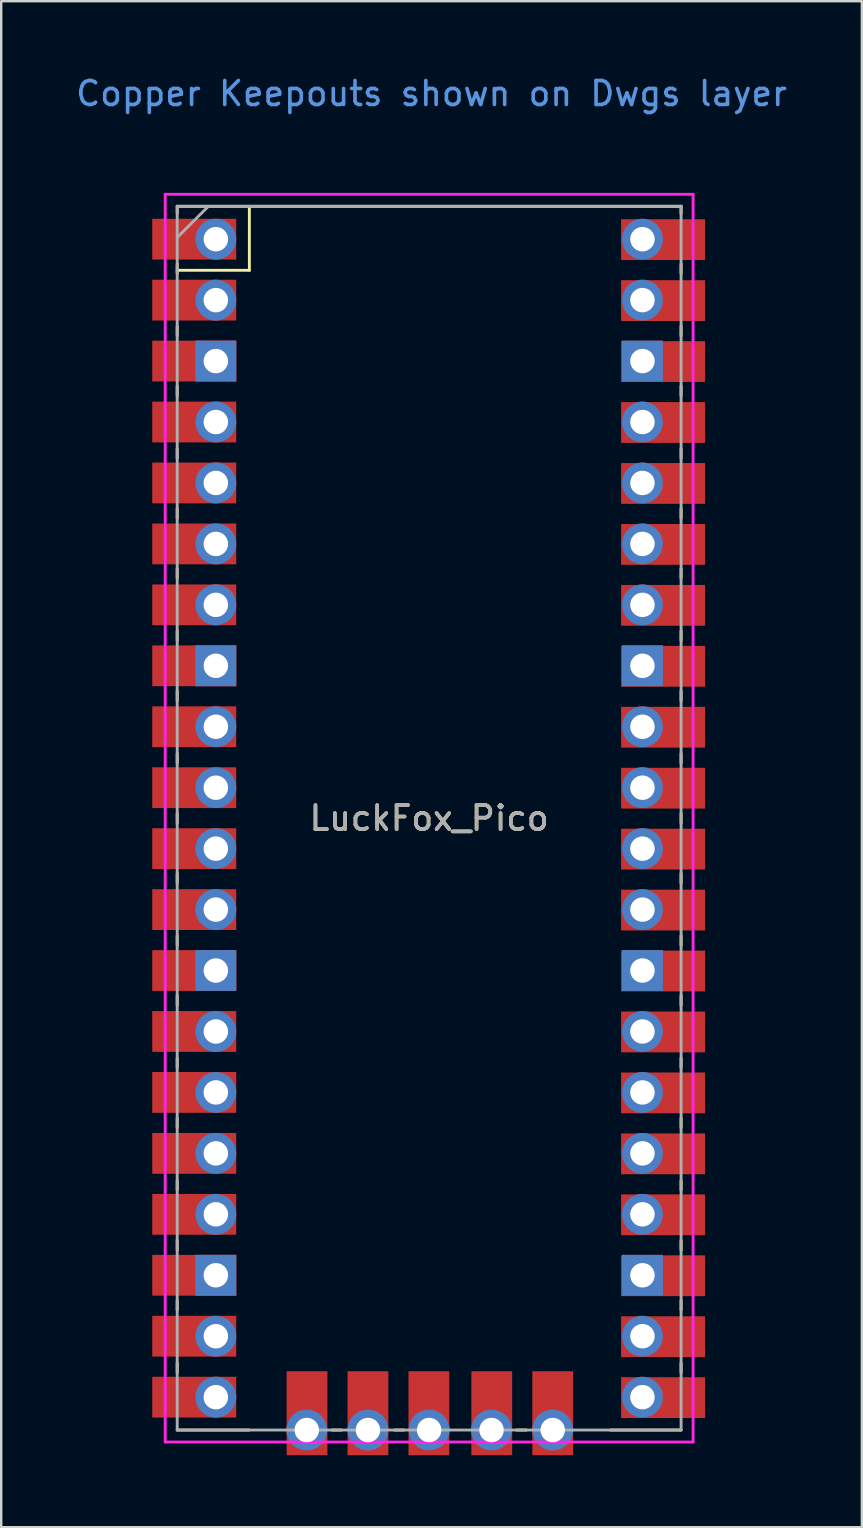
<source format=kicad_pcb>
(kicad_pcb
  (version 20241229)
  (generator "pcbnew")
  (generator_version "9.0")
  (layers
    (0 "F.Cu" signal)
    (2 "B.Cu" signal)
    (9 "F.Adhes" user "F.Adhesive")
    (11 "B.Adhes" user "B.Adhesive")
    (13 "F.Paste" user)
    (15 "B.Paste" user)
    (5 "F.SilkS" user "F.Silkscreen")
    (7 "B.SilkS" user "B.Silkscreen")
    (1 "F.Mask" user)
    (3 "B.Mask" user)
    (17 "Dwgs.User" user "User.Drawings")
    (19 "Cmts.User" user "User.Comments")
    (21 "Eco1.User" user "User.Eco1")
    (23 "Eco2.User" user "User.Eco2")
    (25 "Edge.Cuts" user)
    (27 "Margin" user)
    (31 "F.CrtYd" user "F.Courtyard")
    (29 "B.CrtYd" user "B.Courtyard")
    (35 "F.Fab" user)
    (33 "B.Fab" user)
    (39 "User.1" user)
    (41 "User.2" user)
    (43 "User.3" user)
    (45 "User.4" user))
  (footprint "LuckFox_Pico"
    (layer "F.Cu")
    (at 14.835 31.048)
    (property "Reference" "LuckFox_Pico" (at 0 0 0) (layer "F.SilkS") (effects (font (size 1 1) (thickness 0.15))))
    (attr through_hole)
    (fp_line (start -10.5 -25.5) (end -10.5 -25.2) (stroke (width 0.12) (type solid)) (layer "F.SilkS"))
    (fp_line (start -10.5 -25.5) (end 10.5 -25.5) (stroke (width 0.12) (type solid)) (layer "F.SilkS"))
    (fp_line (start -10.5 -23.1) (end -10.5 -22.7) (stroke (width 0.12) (type solid)) (layer "F.SilkS"))
    (fp_line (start -10.5 -22.833) (end -7.493 -22.833) (stroke (width 0.12) (type solid)) (layer "F.SilkS"))
    (fp_line (start -10.5 -20.5) (end -10.5 -20.1) (stroke (width 0.12) (type solid)) (layer "F.SilkS"))
    (fp_line (start -10.5 -18) (end -10.5 -17.6) (stroke (width 0.12) (type solid)) (layer "F.SilkS"))
    (fp_line (start -10.5 -15.4) (end -10.5 -15) (stroke (width 0.12) (type solid)) (layer "F.SilkS"))
    (fp_line (start -10.5 -12.9) (end -10.5 -12.5) (stroke (width 0.12) (type solid)) (layer "F.SilkS"))
    (fp_line (start -10.5 -10.4) (end -10.5 -10) (stroke (width 0.12) (type solid)) (layer "F.SilkS"))
    (fp_line (start -10.5 -7.8) (end -10.5 -7.4) (stroke (width 0.12) (type solid)) (layer "F.SilkS"))
    (fp_line (start -10.5 -5.3) (end -10.5 -4.9) (stroke (width 0.12) (type solid)) (layer "F.SilkS"))
    (fp_line (start -10.5 -2.7) (end -10.5 -2.3) (stroke (width 0.12) (type solid)) (layer "F.SilkS"))
    (fp_line (start -10.5 -0.2) (end -10.5 0.2) (stroke (width 0.12) (type solid)) (layer "F.SilkS"))
    (fp_line (start -10.5 2.3) (end -10.5 2.7) (stroke (width 0.12) (type solid)) (layer "F.SilkS"))
    (fp_line (start -10.5 4.9) (end -10.5 5.3) (stroke (width 0.12) (type solid)) (layer "F.SilkS"))
    (fp_line (start -10.5 7.4) (end -10.5 7.8) (stroke (width 0.12) (type solid)) (layer "F.SilkS"))
    (fp_line (start -10.5 10) (end -10.5 10.4) (stroke (width 0.12) (type solid)) (layer "F.SilkS"))
    (fp_line (start -10.5 12.5) (end -10.5 12.9) (stroke (width 0.12) (type solid)) (layer "F.SilkS"))
    (fp_line (start -10.5 15.1) (end -10.5 15.5) (stroke (width 0.12) (type solid)) (layer "F.SilkS"))
    (fp_line (start -10.5 17.6) (end -10.5 18) (stroke (width 0.12) (type solid)) (layer "F.SilkS"))
    (fp_line (start -10.5 20.1) (end -10.5 20.5) (stroke (width 0.12) (type solid)) (layer "F.SilkS"))
    (fp_line (start -10.5 22.7) (end -10.5 23.1) (stroke (width 0.12) (type solid)) (layer "F.SilkS"))
    (fp_line (start -7.5 25.5) (end -10.5 25.5) (stroke (width 0.12) (type solid)) (layer "F.SilkS"))
    (fp_line (start -7.493 -22.833) (end -7.493 -25.5) (stroke (width 0.12) (type solid)) (layer "F.SilkS"))
    (fp_line (start -4.05 25.5) (end -3.65 25.5) (stroke (width 0.12) (type solid)) (layer "F.SilkS"))
    (fp_line (start -1.45 25.5) (end -1.05 25.5) (stroke (width 0.12) (type solid)) (layer "F.SilkS"))
    (fp_line (start 3.65 25.5) (end 4.05 25.5) (stroke (width 0.12) (type solid)) (layer "F.SilkS"))
    (fp_line (start 10.5 -25.5) (end 10.5 -25.2) (stroke (width 0.12) (type solid)) (layer "F.SilkS"))
    (fp_line (start 10.5 -23.1) (end 10.5 -22.7) (stroke (width 0.12) (type solid)) (layer "F.SilkS"))
    (fp_line (start 10.5 -20.5) (end 10.5 -20.1) (stroke (width 0.12) (type solid)) (layer "F.SilkS"))
    (fp_line (start 10.5 -18) (end 10.5 -17.6) (stroke (width 0.12) (type solid)) (layer "F.SilkS"))
    (fp_line (start 10.5 -15.4) (end 10.5 -15) (stroke (width 0.12) (type solid)) (layer "F.SilkS"))
    (fp_line (start 10.5 -12.9) (end 10.5 -12.5) (stroke (width 0.12) (type solid)) (layer "F.SilkS"))
    (fp_line (start 10.5 -10.4) (end 10.5 -10) (stroke (width 0.12) (type solid)) (layer "F.SilkS"))
    (fp_line (start 10.5 -7.8) (end 10.5 -7.4) (stroke (width 0.12) (type solid)) (layer "F.SilkS"))
    (fp_line (start 10.5 -5.3) (end 10.5 -4.9) (stroke (width 0.12) (type solid)) (layer "F.SilkS"))
    (fp_line (start 10.5 -2.7) (end 10.5 -2.3) (stroke (width 0.12) (type solid)) (layer "F.SilkS"))
    (fp_line (start 10.5 -0.2) (end 10.5 0.2) (stroke (width 0.12) (type solid)) (layer "F.SilkS"))
    (fp_line (start 10.5 2.3) (end 10.5 2.7) (stroke (width 0.12) (type solid)) (layer "F.SilkS"))
    (fp_line (start 10.5 4.9) (end 10.5 5.3) (stroke (width 0.12) (type solid)) (layer "F.SilkS"))
    (fp_line (start 10.5 7.4) (end 10.5 7.8) (stroke (width 0.12) (type solid)) (layer "F.SilkS"))
    (fp_line (start 10.5 10) (end 10.5 10.4) (stroke (width 0.12) (type solid)) (layer "F.SilkS"))
    (fp_line (start 10.5 12.5) (end 10.5 12.9) (stroke (width 0.12) (type solid)) (layer "F.SilkS"))
    (fp_line (start 10.5 15.1) (end 10.5 15.5) (stroke (width 0.12) (type solid)) (layer "F.SilkS"))
    (fp_line (start 10.5 17.6) (end 10.5 18) (stroke (width 0.12) (type solid)) (layer "F.SilkS"))
    (fp_line (start 10.5 20.1) (end 10.5 20.5) (stroke (width 0.12) (type solid)) (layer "F.SilkS"))
    (fp_line (start 10.5 22.7) (end 10.5 23.1) (stroke (width 0.12) (type solid)) (layer "F.SilkS"))
    (fp_line (start 10.5 25.5) (end 7.55 25.5) (stroke (width 0.12) (type solid)) (layer "F.SilkS"))
    (fp_line (start -11 -26) (end 11 -26) (stroke (width 0.12) (type solid)) (layer "F.CrtYd"))
    (fp_line (start -11 26) (end -11 -26) (stroke (width 0.12) (type solid)) (layer "F.CrtYd"))
    (fp_line (start 11 -26) (end 11 26) (stroke (width 0.12) (type solid)) (layer "F.CrtYd"))
    (fp_line (start 11 26) (end -11 26) (stroke (width 0.12) (type solid)) (layer "F.CrtYd"))
    (fp_line (start -10.5 -25.5) (end 10.5 -25.5) (stroke (width 0.12) (type solid)) (layer "F.Fab"))
    (fp_line (start -10.5 -24.2) (end -9.2 -25.5) (stroke (width 0.12) (type solid)) (layer "F.Fab"))
    (fp_line (start -10.5 25.5) (end -10.5 -25.5) (stroke (width 0.12) (type solid)) (layer "F.Fab"))
    (fp_line (start 10.5 -25.5) (end 10.5 25.5) (stroke (width 0.12) (type solid)) (layer "F.Fab"))
    (fp_line (start 10.5 25.5) (end -10.5 25.5) (stroke (width 0.12) (type solid)) (layer "F.Fab"))
    (fp_text user "Copper Keepouts shown on Dwgs layer" (at 0.1 -30.2 0) (layer "Cmts.User") (effects (font (size 1 1) (thickness 0.15))))
    (fp_text user "${REFERENCE}" (at 0 0 180) (layer "F.Fab") (effects (font (size 1 1) (thickness 0.15))))
    (pad "1" thru_hole oval (at -8.89 -24.13) (size 1.7 1.7) (drill 1.02) (layers "*.Cu" "*.Mask"))
    (pad "1" smd rect (at -8.89 -24.13) (size 3.5 1.7) (drill (offset -0.9 0)) (layers "F.Cu" "F.Mask"))
    (pad "2" thru_hole oval (at -8.89 -21.59) (size 1.7 1.7) (drill 1.02) (layers "*.Cu" "*.Mask"))
    (pad "2" smd rect (at -8.89 -21.59) (size 3.5 1.7) (drill (offset -0.9 0)) (layers "F.Cu" "F.Mask"))
    (pad "3" thru_hole rect (at -8.89 -19.05) (size 1.7 1.7) (drill 1.02) (layers "*.Cu" "*.Mask"))
    (pad "3" smd rect (at -8.89 -19.05) (size 3.5 1.7) (drill (offset -0.9 0)) (layers "F.Cu" "F.Mask"))
    (pad "4" thru_hole oval (at -8.89 -16.51) (size 1.7 1.7) (drill 1.02) (layers "*.Cu" "*.Mask"))
    (pad "4" smd rect (at -8.89 -16.51) (size 3.5 1.7) (drill (offset -0.9 0)) (layers "F.Cu" "F.Mask"))
    (pad "5" thru_hole oval (at -8.89 -13.97) (size 1.7 1.7) (drill 1.02) (layers "*.Cu" "*.Mask"))
    (pad "5" smd rect (at -8.89 -13.97) (size 3.5 1.7) (drill (offset -0.9 0)) (layers "F.Cu" "F.Mask"))
    (pad "6" thru_hole oval (at -8.89 -11.43) (size 1.7 1.7) (drill 1.02) (layers "*.Cu" "*.Mask"))
    (pad "6" smd rect (at -8.89 -11.43) (size 3.5 1.7) (drill (offset -0.9 0)) (layers "F.Cu" "F.Mask"))
    (pad "7" thru_hole oval (at -8.89 -8.89) (size 1.7 1.7) (drill 1.02) (layers "*.Cu" "*.Mask"))
    (pad "7" smd rect (at -8.89 -8.89) (size 3.5 1.7) (drill (offset -0.9 0)) (layers "F.Cu" "F.Mask"))
    (pad "8" thru_hole rect (at -8.89 -6.35) (size 1.7 1.7) (drill 1.02) (layers "*.Cu" "*.Mask"))
    (pad "8" smd rect (at -8.89 -6.35) (size 3.5 1.7) (drill (offset -0.9 0)) (layers "F.Cu" "F.Mask"))
    (pad "9" thru_hole oval (at -8.89 -3.81) (size 1.7 1.7) (drill 1.02) (layers "*.Cu" "*.Mask"))
    (pad "9" smd rect (at -8.89 -3.81) (size 3.5 1.7) (drill (offset -0.9 0)) (layers "F.Cu" "F.Mask"))
    (pad "10" thru_hole oval (at -8.89 -1.27) (size 1.7 1.7) (drill 1.02) (layers "*.Cu" "*.Mask"))
    (pad "10" smd rect (at -8.89 -1.27) (size 3.5 1.7) (drill (offset -0.9 0)) (layers "F.Cu" "F.Mask"))
    (pad "11" thru_hole oval (at -8.89 1.27) (size 1.7 1.7) (drill 1.02) (layers "*.Cu" "*.Mask"))
    (pad "11" smd rect (at -8.89 1.27) (size 3.5 1.7) (drill (offset -0.9 0)) (layers "F.Cu" "F.Mask"))
    (pad "12" thru_hole oval (at -8.89 3.81) (size 1.7 1.7) (drill 1.02) (layers "*.Cu" "*.Mask"))
    (pad "12" smd rect (at -8.89 3.81) (size 3.5 1.7) (drill (offset -0.9 0)) (layers "F.Cu" "F.Mask"))
    (pad "13" thru_hole rect (at -8.89 6.35) (size 1.7 1.7) (drill 1.02) (layers "*.Cu" "*.Mask"))
    (pad "13" smd rect (at -8.89 6.35) (size 3.5 1.7) (drill (offset -0.9 0)) (layers "F.Cu" "F.Mask"))
    (pad "14" thru_hole oval (at -8.89 8.89) (size 1.7 1.7) (drill 1.02) (layers "*.Cu" "*.Mask"))
    (pad "14" smd rect (at -8.89 8.89) (size 3.5 1.7) (drill (offset -0.9 0)) (layers "F.Cu" "F.Mask"))
    (pad "15" thru_hole oval (at -8.89 11.43) (size 1.7 1.7) (drill 1.02) (layers "*.Cu" "*.Mask"))
    (pad "15" smd rect (at -8.89 11.43) (size 3.5 1.7) (drill (offset -0.9 0)) (layers "F.Cu" "F.Mask"))
    (pad "16" thru_hole oval (at -8.89 13.97) (size 1.7 1.7) (drill 1.02) (layers "*.Cu" "*.Mask"))
    (pad "16" smd rect (at -8.89 13.97) (size 3.5 1.7) (drill (offset -0.9 0)) (layers "F.Cu" "F.Mask"))
    (pad "17" thru_hole oval (at -8.89 16.51) (size 1.7 1.7) (drill 1.02) (layers "*.Cu" "*.Mask"))
    (pad "17" smd rect (at -8.89 16.51) (size 3.5 1.7) (drill (offset -0.9 0)) (layers "F.Cu" "F.Mask"))
    (pad "18" thru_hole rect (at -8.89 19.05) (size 1.7 1.7) (drill 1.02) (layers "*.Cu" "*.Mask"))
    (pad "18" smd rect (at -8.89 19.05) (size 3.5 1.7) (drill (offset -0.9 0)) (layers "F.Cu" "F.Mask"))
    (pad "19" thru_hole oval (at -8.89 21.59) (size 1.7 1.7) (drill 1.02) (layers "*.Cu" "*.Mask"))
    (pad "19" smd rect (at -8.89 21.59) (size 3.5 1.7) (drill (offset -0.9 0)) (layers "F.Cu" "F.Mask"))
    (pad "20" thru_hole oval (at -8.89 24.13) (size 1.7 1.7) (drill 1.02) (layers "*.Cu" "*.Mask"))
    (pad "20" smd rect (at -8.89 24.13) (size 3.5 1.7) (drill (offset -0.9 0)) (layers "F.Cu" "F.Mask"))
    (pad "21" smd rect (at 8.85 24.15) (size 3.5 1.7) (drill (offset 0.9 0)) (layers "F.Cu" "F.Mask"))
    (pad "21" thru_hole oval (at 8.89 24.13) (size 1.7 1.7) (drill 1.02) (layers "*.Cu" "*.Mask"))
    (pad "22" smd rect (at 8.85 21.61) (size 3.5 1.7) (drill (offset 0.9 0)) (layers "F.Cu" "F.Mask"))
    (pad "22" thru_hole oval (at 8.89 21.59) (size 1.7 1.7) (drill 1.02) (layers "*.Cu" "*.Mask"))
    (pad "23" smd rect (at 8.85 19.07) (size 3.5 1.7) (drill (offset 0.9 0)) (layers "F.Cu" "F.Mask"))
    (pad "23" thru_hole rect (at 8.89 19.05) (size 1.7 1.7) (drill 1.02) (layers "*.Cu" "*.Mask"))
    (pad "24" smd rect (at 8.85 16.53) (size 3.5 1.7) (drill (offset 0.9 0)) (layers "F.Cu" "F.Mask"))
    (pad "24" thru_hole oval (at 8.89 16.51) (size 1.7 1.7) (drill 1.02) (layers "*.Cu" "*.Mask"))
    (pad "25" smd rect (at 8.85 13.99) (size 3.5 1.7) (drill (offset 0.9 0)) (layers "F.Cu" "F.Mask"))
    (pad "25" thru_hole oval (at 8.89 13.97) (size 1.7 1.7) (drill 1.02) (layers "*.Cu" "*.Mask"))
    (pad "26" smd rect (at 8.85 11.45) (size 3.5 1.7) (drill (offset 0.9 0)) (layers "F.Cu" "F.Mask"))
    (pad "26" thru_hole oval (at 8.89 11.43) (size 1.7 1.7) (drill 1.02) (layers "*.Cu" "*.Mask"))
    (pad "27" smd rect (at 8.85 8.91) (size 3.5 1.7) (drill (offset 0.9 0)) (layers "F.Cu" "F.Mask"))
    (pad "27" thru_hole oval (at 8.89 8.89) (size 1.7 1.7) (drill 1.02) (layers "*.Cu" "*.Mask"))
    (pad "28" smd rect (at 8.85 6.37) (size 3.5 1.7) (drill (offset 0.9 0)) (layers "F.Cu" "F.Mask"))
    (pad "28" thru_hole rect (at 8.89 6.35) (size 1.7 1.7) (drill 1.02) (layers "*.Cu" "*.Mask"))
    (pad "29" smd rect (at 8.85 3.83) (size 3.5 1.7) (drill (offset 0.9 0)) (layers "F.Cu" "F.Mask"))
    (pad "29" thru_hole oval (at 8.89 3.81) (size 1.7 1.7) (drill 1.02) (layers "*.Cu" "*.Mask"))
    (pad "30" smd rect (at 8.85 1.29) (size 3.5 1.7) (drill (offset 0.9 0)) (layers "F.Cu" "F.Mask"))
    (pad "30" thru_hole oval (at 8.89 1.27) (size 1.7 1.7) (drill 1.02) (layers "*.Cu" "*.Mask"))
    (pad "31" smd rect (at 8.85 -1.25) (size 3.5 1.7) (drill (offset 0.9 0)) (layers "F.Cu" "F.Mask"))
    (pad "31" thru_hole oval (at 8.89 -1.27) (size 1.7 1.7) (drill 1.02) (layers "*.Cu" "*.Mask"))
    (pad "32" smd rect (at 8.85 -3.79) (size 3.5 1.7) (drill (offset 0.9 0)) (layers "F.Cu" "F.Mask"))
    (pad "32" thru_hole oval (at 8.89 -3.81) (size 1.7 1.7) (drill 1.02) (layers "*.Cu" "*.Mask"))
    (pad "33" smd rect (at 8.85 -6.33) (size 3.5 1.7) (drill (offset 0.9 0)) (layers "F.Cu" "F.Mask"))
    (pad "33" thru_hole rect (at 8.89 -6.35) (size 1.7 1.7) (drill 1.02) (layers "*.Cu" "*.Mask"))
    (pad "34" smd rect (at 8.85 -8.87) (size 3.5 1.7) (drill (offset 0.9 0)) (layers "F.Cu" "F.Mask"))
    (pad "34" thru_hole oval (at 8.89 -8.89) (size 1.7 1.7) (drill 1.02) (layers "*.Cu" "*.Mask"))
    (pad "35" smd rect (at 8.85 -11.41) (size 3.5 1.7) (drill (offset 0.9 0)) (layers "F.Cu" "F.Mask"))
    (pad "35" thru_hole oval (at 8.89 -11.43) (size 1.7 1.7) (drill 1.02) (layers "*.Cu" "*.Mask"))
    (pad "36" smd rect (at 8.85 -13.95) (size 3.5 1.7) (drill (offset 0.9 0)) (layers "F.Cu" "F.Mask"))
    (pad "36" thru_hole oval (at 8.89 -13.97) (size 1.7 1.7) (drill 1.02) (layers "*.Cu" "*.Mask"))
    (pad "37" smd rect (at 8.85 -16.49) (size 3.5 1.7) (drill (offset 0.9 0)) (layers "F.Cu" "F.Mask"))
    (pad "37" thru_hole oval (at 8.89 -16.51) (size 1.7 1.7) (drill 1.02) (layers "*.Cu" "*.Mask"))
    (pad "38" smd rect (at 8.85 -19.03) (size 3.5 1.7) (drill (offset 0.9 0)) (layers "F.Cu" "F.Mask"))
    (pad "38" thru_hole rect (at 8.89 -19.05) (size 1.7 1.7) (drill 1.02) (layers "*.Cu" "*.Mask"))
    (pad "39" smd rect (at 8.85 -21.57) (size 3.5 1.7) (drill (offset 0.9 0)) (layers "F.Cu" "F.Mask"))
    (pad "39" thru_hole oval (at 8.89 -21.59) (size 1.7 1.7) (drill 1.02) (layers "*.Cu" "*.Mask"))
    (pad "40" smd rect (at 8.85 -24.11) (size 3.5 1.7) (drill (offset 0.9 0)) (layers "F.Cu" "F.Mask"))
    (pad "40" thru_hole oval (at 8.89 -24.13) (size 1.7 1.7) (drill 1.02) (layers "*.Cu" "*.Mask"))
    (pad "41" thru_hole oval (at -5.1 25.5) (size 1.7 1.7) (drill 1.02) (layers "*.Cu" "*.Mask"))
    (pad "41" smd rect (at -5.09 23.9 90) (size 3.5 1.7) (drill (offset -0.9 0)) (layers "F.Cu" "F.Mask"))
    (pad "42" smd rect (at -2.55 23.9 90) (size 3.5 1.7) (drill (offset -0.9 0)) (layers "F.Cu" "F.Mask"))
    (pad "42" thru_hole oval (at -2.55 25.5) (size 1.7 1.7) (drill 1.02) (layers "*.Cu" "*.Mask"))
    (pad "43" smd rect (at -0.01 23.9 90) (size 3.5 1.7) (drill (offset -0.9 0)) (layers "F.Cu" "F.Mask"))
    (pad "43" thru_hole oval (at 0 25.5) (size 1.7 1.7) (drill 1.02) (layers "*.Cu" "*.Mask"))
    (pad "44" thru_hole oval (at 2.6 25.5) (size 1.7 1.7) (drill 1.02) (layers "*.Cu" "*.Mask"))
    (pad "44" smd rect (at 2.61 23.9 90) (size 3.5 1.7) (drill (offset -0.9 0)) (layers "F.Cu" "F.Mask"))
    (pad "45" smd rect (at 5.15 23.9 90) (size 3.5 1.7) (drill (offset -0.9 0)) (layers "F.Cu" "F.Mask"))
    (pad "45" thru_hole oval (at 5.15 25.5) (size 1.7 1.7) (drill 1.02) (layers "*.Cu" "*.Mask")))
  (gr_rect
    (start -3 -3)
    (end 32.869 60.598)
    (stroke (width 0.1) (type default))
    (fill no)
    (layer "Edge.Cuts")))
</source>
